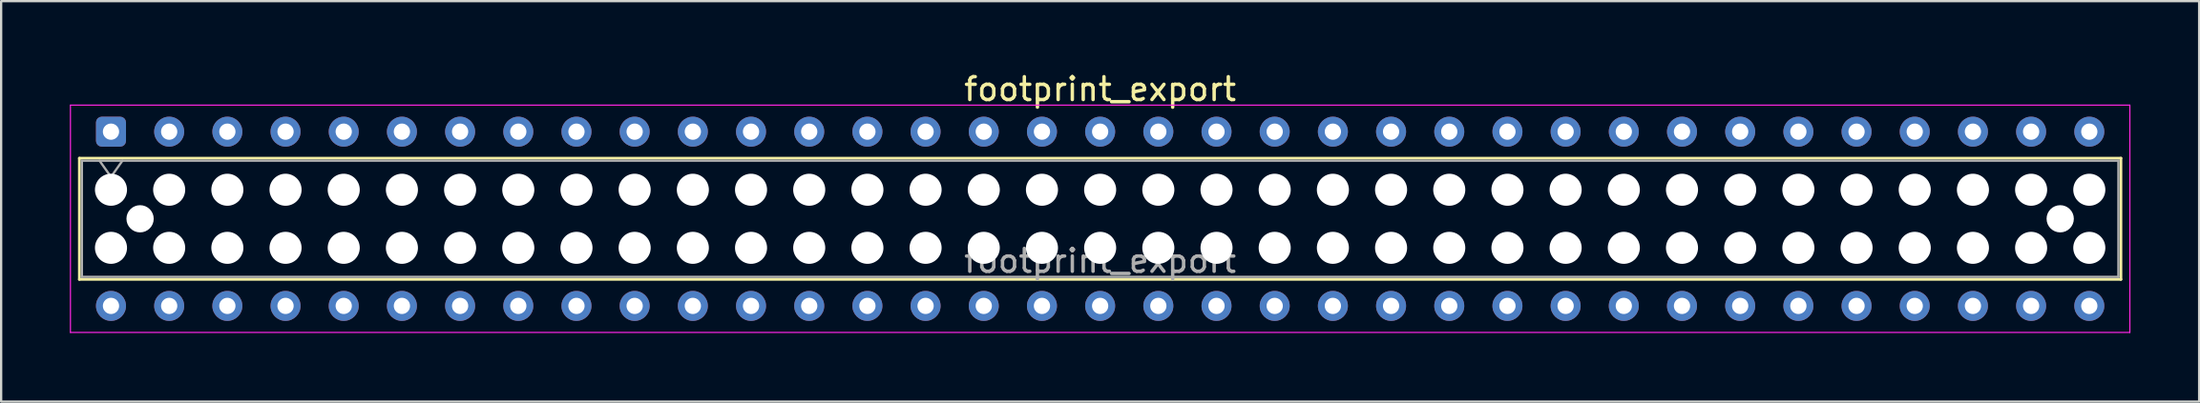
<source format=kicad_pcb>
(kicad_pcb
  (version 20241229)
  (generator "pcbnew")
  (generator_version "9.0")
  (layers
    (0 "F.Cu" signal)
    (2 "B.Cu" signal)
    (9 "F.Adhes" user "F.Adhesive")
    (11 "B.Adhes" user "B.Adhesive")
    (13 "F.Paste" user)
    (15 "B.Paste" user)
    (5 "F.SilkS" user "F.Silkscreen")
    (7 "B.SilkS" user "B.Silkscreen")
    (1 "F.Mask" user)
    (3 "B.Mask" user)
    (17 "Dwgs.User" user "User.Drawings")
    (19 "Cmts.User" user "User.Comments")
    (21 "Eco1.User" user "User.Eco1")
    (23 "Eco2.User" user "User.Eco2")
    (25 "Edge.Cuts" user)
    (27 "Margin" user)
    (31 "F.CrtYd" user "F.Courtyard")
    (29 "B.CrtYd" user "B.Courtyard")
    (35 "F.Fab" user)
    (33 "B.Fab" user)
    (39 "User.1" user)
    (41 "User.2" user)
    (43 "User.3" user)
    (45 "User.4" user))
  (footprint "footprint_export"
    (layer "F.Cu")
    (at 1.795 2.708)
    (property "Reference" "footprint_export" (at 43.18 -1.86 0) (layer "F.SilkS") (effects (font (size 1 1) (thickness 0.15))))
    (attr through_hole)
    (fp_line (start -1.38 1.16) (end 87.74 1.16) (stroke (width 0.12) (type solid)) (layer "F.SilkS"))
    (fp_line (start -1.38 6.46) (end -1.38 1.16) (stroke (width 0.12) (type solid)) (layer "F.SilkS"))
    (fp_line (start 87.74 1.16) (end 87.74 6.46) (stroke (width 0.12) (type solid)) (layer "F.SilkS"))
    (fp_line (start 87.74 6.46) (end -1.38 6.46) (stroke (width 0.12) (type solid)) (layer "F.SilkS"))
    (fp_line (start -1.77 -1.16) (end 88.13 -1.16) (stroke (width 0.05) (type solid)) (layer "F.CrtYd"))
    (fp_line (start -1.77 8.78) (end -1.77 -1.16) (stroke (width 0.05) (type solid)) (layer "F.CrtYd"))
    (fp_line (start 88.13 -1.16) (end 88.13 8.78) (stroke (width 0.05) (type solid)) (layer "F.CrtYd"))
    (fp_line (start 88.13 8.78) (end -1.77 8.78) (stroke (width 0.05) (type solid)) (layer "F.CrtYd"))
    (fp_line (start -1.27 1.27) (end 87.63 1.27) (stroke (width 0.1) (type solid)) (layer "F.Fab"))
    (fp_line (start -1.27 6.35) (end -1.27 1.27) (stroke (width 0.1) (type solid)) (layer "F.Fab"))
    (fp_line (start -0.5 1.27) (end 0 1.977) (stroke (width 0.1) (type solid)) (layer "F.Fab"))
    (fp_line (start 0 1.977) (end 0.5 1.27) (stroke (width 0.1) (type solid)) (layer "F.Fab"))
    (fp_line (start 87.63 1.27) (end 87.63 6.35) (stroke (width 0.1) (type solid)) (layer "F.Fab"))
    (fp_line (start 87.63 6.35) (end -1.27 6.35) (stroke (width 0.1) (type solid)) (layer "F.Fab"))
    (fp_text user "${REFERENCE}" (at 43.18 5.65 0) (layer "F.Fab") (effects (font (size 1 1) (thickness 0.15))))
    (pad "" np_thru_hole circle (at 0 2.54) (size 1.4 1.4) (drill 1.4) (layers "*.Cu" "*.Mask"))
    (pad "" np_thru_hole circle (at 0 5.08) (size 1.4 1.4) (drill 1.4) (layers "*.Cu" "*.Mask"))
    (pad "" np_thru_hole circle (at 1.27 3.81) (size 1.19 1.19) (drill 1.19) (layers "*.Cu" "*.Mask"))
    (pad "" np_thru_hole circle (at 2.54 2.54) (size 1.4 1.4) (drill 1.4) (layers "*.Cu" "*.Mask"))
    (pad "" np_thru_hole circle (at 2.54 5.08) (size 1.4 1.4) (drill 1.4) (layers "*.Cu" "*.Mask"))
    (pad "" np_thru_hole circle (at 5.08 2.54) (size 1.4 1.4) (drill 1.4) (layers "*.Cu" "*.Mask"))
    (pad "" np_thru_hole circle (at 5.08 5.08) (size 1.4 1.4) (drill 1.4) (layers "*.Cu" "*.Mask"))
    (pad "" np_thru_hole circle (at 7.62 2.54) (size 1.4 1.4) (drill 1.4) (layers "*.Cu" "*.Mask"))
    (pad "" np_thru_hole circle (at 7.62 5.08) (size 1.4 1.4) (drill 1.4) (layers "*.Cu" "*.Mask"))
    (pad "" np_thru_hole circle (at 10.16 2.54) (size 1.4 1.4) (drill 1.4) (layers "*.Cu" "*.Mask"))
    (pad "" np_thru_hole circle (at 10.16 5.08) (size 1.4 1.4) (drill 1.4) (layers "*.Cu" "*.Mask"))
    (pad "" np_thru_hole circle (at 12.7 2.54) (size 1.4 1.4) (drill 1.4) (layers "*.Cu" "*.Mask"))
    (pad "" np_thru_hole circle (at 12.7 5.08) (size 1.4 1.4) (drill 1.4) (layers "*.Cu" "*.Mask"))
    (pad "" np_thru_hole circle (at 15.24 2.54) (size 1.4 1.4) (drill 1.4) (layers "*.Cu" "*.Mask"))
    (pad "" np_thru_hole circle (at 15.24 5.08) (size 1.4 1.4) (drill 1.4) (layers "*.Cu" "*.Mask"))
    (pad "" np_thru_hole circle (at 17.78 2.54) (size 1.4 1.4) (drill 1.4) (layers "*.Cu" "*.Mask"))
    (pad "" np_thru_hole circle (at 17.78 5.08) (size 1.4 1.4) (drill 1.4) (layers "*.Cu" "*.Mask"))
    (pad "" np_thru_hole circle (at 20.32 2.54) (size 1.4 1.4) (drill 1.4) (layers "*.Cu" "*.Mask"))
    (pad "" np_thru_hole circle (at 20.32 5.08) (size 1.4 1.4) (drill 1.4) (layers "*.Cu" "*.Mask"))
    (pad "" np_thru_hole circle (at 22.86 2.54) (size 1.4 1.4) (drill 1.4) (layers "*.Cu" "*.Mask"))
    (pad "" np_thru_hole circle (at 22.86 5.08) (size 1.4 1.4) (drill 1.4) (layers "*.Cu" "*.Mask"))
    (pad "" np_thru_hole circle (at 25.4 2.54) (size 1.4 1.4) (drill 1.4) (layers "*.Cu" "*.Mask"))
    (pad "" np_thru_hole circle (at 25.4 5.08) (size 1.4 1.4) (drill 1.4) (layers "*.Cu" "*.Mask"))
    (pad "" np_thru_hole circle (at 27.94 2.54) (size 1.4 1.4) (drill 1.4) (layers "*.Cu" "*.Mask"))
    (pad "" np_thru_hole circle (at 27.94 5.08) (size 1.4 1.4) (drill 1.4) (layers "*.Cu" "*.Mask"))
    (pad "" np_thru_hole circle (at 30.48 2.54) (size 1.4 1.4) (drill 1.4) (layers "*.Cu" "*.Mask"))
    (pad "" np_thru_hole circle (at 30.48 5.08) (size 1.4 1.4) (drill 1.4) (layers "*.Cu" "*.Mask"))
    (pad "" np_thru_hole circle (at 33.02 2.54) (size 1.4 1.4) (drill 1.4) (layers "*.Cu" "*.Mask"))
    (pad "" np_thru_hole circle (at 33.02 5.08) (size 1.4 1.4) (drill 1.4) (layers "*.Cu" "*.Mask"))
    (pad "" np_thru_hole circle (at 35.56 2.54) (size 1.4 1.4) (drill 1.4) (layers "*.Cu" "*.Mask"))
    (pad "" np_thru_hole circle (at 35.56 5.08) (size 1.4 1.4) (drill 1.4) (layers "*.Cu" "*.Mask"))
    (pad "" np_thru_hole circle (at 38.1 2.54) (size 1.4 1.4) (drill 1.4) (layers "*.Cu" "*.Mask"))
    (pad "" np_thru_hole circle (at 38.1 5.08) (size 1.4 1.4) (drill 1.4) (layers "*.Cu" "*.Mask"))
    (pad "" np_thru_hole circle (at 40.64 2.54) (size 1.4 1.4) (drill 1.4) (layers "*.Cu" "*.Mask"))
    (pad "" np_thru_hole circle (at 40.64 5.08) (size 1.4 1.4) (drill 1.4) (layers "*.Cu" "*.Mask"))
    (pad "" np_thru_hole circle (at 43.18 2.54) (size 1.4 1.4) (drill 1.4) (layers "*.Cu" "*.Mask"))
    (pad "" np_thru_hole circle (at 43.18 5.08) (size 1.4 1.4) (drill 1.4) (layers "*.Cu" "*.Mask"))
    (pad "" np_thru_hole circle (at 45.72 2.54) (size 1.4 1.4) (drill 1.4) (layers "*.Cu" "*.Mask"))
    (pad "" np_thru_hole circle (at 45.72 5.08) (size 1.4 1.4) (drill 1.4) (layers "*.Cu" "*.Mask"))
    (pad "" np_thru_hole circle (at 48.26 2.54) (size 1.4 1.4) (drill 1.4) (layers "*.Cu" "*.Mask"))
    (pad "" np_thru_hole circle (at 48.26 5.08) (size 1.4 1.4) (drill 1.4) (layers "*.Cu" "*.Mask"))
    (pad "" np_thru_hole circle (at 50.8 2.54) (size 1.4 1.4) (drill 1.4) (layers "*.Cu" "*.Mask"))
    (pad "" np_thru_hole circle (at 50.8 5.08) (size 1.4 1.4) (drill 1.4) (layers "*.Cu" "*.Mask"))
    (pad "" np_thru_hole circle (at 53.34 2.54) (size 1.4 1.4) (drill 1.4) (layers "*.Cu" "*.Mask"))
    (pad "" np_thru_hole circle (at 53.34 5.08) (size 1.4 1.4) (drill 1.4) (layers "*.Cu" "*.Mask"))
    (pad "" np_thru_hole circle (at 55.88 2.54) (size 1.4 1.4) (drill 1.4) (layers "*.Cu" "*.Mask"))
    (pad "" np_thru_hole circle (at 55.88 5.08) (size 1.4 1.4) (drill 1.4) (layers "*.Cu" "*.Mask"))
    (pad "" np_thru_hole circle (at 58.42 2.54) (size 1.4 1.4) (drill 1.4) (layers "*.Cu" "*.Mask"))
    (pad "" np_thru_hole circle (at 58.42 5.08) (size 1.4 1.4) (drill 1.4) (layers "*.Cu" "*.Mask"))
    (pad "" np_thru_hole circle (at 60.96 2.54) (size 1.4 1.4) (drill 1.4) (layers "*.Cu" "*.Mask"))
    (pad "" np_thru_hole circle (at 60.96 5.08) (size 1.4 1.4) (drill 1.4) (layers "*.Cu" "*.Mask"))
    (pad "" np_thru_hole circle (at 63.5 2.54) (size 1.4 1.4) (drill 1.4) (layers "*.Cu" "*.Mask"))
    (pad "" np_thru_hole circle (at 63.5 5.08) (size 1.4 1.4) (drill 1.4) (layers "*.Cu" "*.Mask"))
    (pad "" np_thru_hole circle (at 66.04 2.54) (size 1.4 1.4) (drill 1.4) (layers "*.Cu" "*.Mask"))
    (pad "" np_thru_hole circle (at 66.04 5.08) (size 1.4 1.4) (drill 1.4) (layers "*.Cu" "*.Mask"))
    (pad "" np_thru_hole circle (at 68.58 2.54) (size 1.4 1.4) (drill 1.4) (layers "*.Cu" "*.Mask"))
    (pad "" np_thru_hole circle (at 68.58 5.08) (size 1.4 1.4) (drill 1.4) (layers "*.Cu" "*.Mask"))
    (pad "" np_thru_hole circle (at 71.12 2.54) (size 1.4 1.4) (drill 1.4) (layers "*.Cu" "*.Mask"))
    (pad "" np_thru_hole circle (at 71.12 5.08) (size 1.4 1.4) (drill 1.4) (layers "*.Cu" "*.Mask"))
    (pad "" np_thru_hole circle (at 73.66 2.54) (size 1.4 1.4) (drill 1.4) (layers "*.Cu" "*.Mask"))
    (pad "" np_thru_hole circle (at 73.66 5.08) (size 1.4 1.4) (drill 1.4) (layers "*.Cu" "*.Mask"))
    (pad "" np_thru_hole circle (at 76.2 2.54) (size 1.4 1.4) (drill 1.4) (layers "*.Cu" "*.Mask"))
    (pad "" np_thru_hole circle (at 76.2 5.08) (size 1.4 1.4) (drill 1.4) (layers "*.Cu" "*.Mask"))
    (pad "" np_thru_hole circle (at 78.74 2.54) (size 1.4 1.4) (drill 1.4) (layers "*.Cu" "*.Mask"))
    (pad "" np_thru_hole circle (at 78.74 5.08) (size 1.4 1.4) (drill 1.4) (layers "*.Cu" "*.Mask"))
    (pad "" np_thru_hole circle (at 81.28 2.54) (size 1.4 1.4) (drill 1.4) (layers "*.Cu" "*.Mask"))
    (pad "" np_thru_hole circle (at 81.28 5.08) (size 1.4 1.4) (drill 1.4) (layers "*.Cu" "*.Mask"))
    (pad "" np_thru_hole circle (at 83.82 2.54) (size 1.4 1.4) (drill 1.4) (layers "*.Cu" "*.Mask"))
    (pad "" np_thru_hole circle (at 83.82 5.08) (size 1.4 1.4) (drill 1.4) (layers "*.Cu" "*.Mask"))
    (pad "" np_thru_hole circle (at 85.09 3.81) (size 1.19 1.19) (drill 1.19) (layers "*.Cu" "*.Mask"))
    (pad "" np_thru_hole circle (at 86.36 2.54) (size 1.4 1.4) (drill 1.4) (layers "*.Cu" "*.Mask"))
    (pad "" np_thru_hole circle (at 86.36 5.08) (size 1.4 1.4) (drill 1.4) (layers "*.Cu" "*.Mask"))
    (pad "1" thru_hole roundrect (at 0 0) (size 1.31 1.31) (drill 0.71) (layers "*.Cu" "*.Mask") (roundrect_rratio 0.191))
    (pad "2" thru_hole circle (at 0 7.62) (size 1.31 1.31) (drill 0.71) (layers "*.Cu" "*.Mask"))
    (pad "3" thru_hole circle (at 2.54 0) (size 1.31 1.31) (drill 0.71) (layers "*.Cu" "*.Mask"))
    (pad "4" thru_hole circle (at 2.54 7.62) (size 1.31 1.31) (drill 0.71) (layers "*.Cu" "*.Mask"))
    (pad "5" thru_hole circle (at 5.08 0) (size 1.31 1.31) (drill 0.71) (layers "*.Cu" "*.Mask"))
    (pad "6" thru_hole circle (at 5.08 7.62) (size 1.31 1.31) (drill 0.71) (layers "*.Cu" "*.Mask"))
    (pad "7" thru_hole circle (at 7.62 0) (size 1.31 1.31) (drill 0.71) (layers "*.Cu" "*.Mask"))
    (pad "8" thru_hole circle (at 7.62 7.62) (size 1.31 1.31) (drill 0.71) (layers "*.Cu" "*.Mask"))
    (pad "9" thru_hole circle (at 10.16 0) (size 1.31 1.31) (drill 0.71) (layers "*.Cu" "*.Mask"))
    (pad "10" thru_hole circle (at 10.16 7.62) (size 1.31 1.31) (drill 0.71) (layers "*.Cu" "*.Mask"))
    (pad "11" thru_hole circle (at 12.7 0) (size 1.31 1.31) (drill 0.71) (layers "*.Cu" "*.Mask"))
    (pad "12" thru_hole circle (at 12.7 7.62) (size 1.31 1.31) (drill 0.71) (layers "*.Cu" "*.Mask"))
    (pad "13" thru_hole circle (at 15.24 0) (size 1.31 1.31) (drill 0.71) (layers "*.Cu" "*.Mask"))
    (pad "14" thru_hole circle (at 15.24 7.62) (size 1.31 1.31) (drill 0.71) (layers "*.Cu" "*.Mask"))
    (pad "15" thru_hole circle (at 17.78 0) (size 1.31 1.31) (drill 0.71) (layers "*.Cu" "*.Mask"))
    (pad "16" thru_hole circle (at 17.78 7.62) (size 1.31 1.31) (drill 0.71) (layers "*.Cu" "*.Mask"))
    (pad "17" thru_hole circle (at 20.32 0) (size 1.31 1.31) (drill 0.71) (layers "*.Cu" "*.Mask"))
    (pad "18" thru_hole circle (at 20.32 7.62) (size 1.31 1.31) (drill 0.71) (layers "*.Cu" "*.Mask"))
    (pad "19" thru_hole circle (at 22.86 0) (size 1.31 1.31) (drill 0.71) (layers "*.Cu" "*.Mask"))
    (pad "20" thru_hole circle (at 22.86 7.62) (size 1.31 1.31) (drill 0.71) (layers "*.Cu" "*.Mask"))
    (pad "21" thru_hole circle (at 25.4 0) (size 1.31 1.31) (drill 0.71) (layers "*.Cu" "*.Mask"))
    (pad "22" thru_hole circle (at 25.4 7.62) (size 1.31 1.31) (drill 0.71) (layers "*.Cu" "*.Mask"))
    (pad "23" thru_hole circle (at 27.94 0) (size 1.31 1.31) (drill 0.71) (layers "*.Cu" "*.Mask"))
    (pad "24" thru_hole circle (at 27.94 7.62) (size 1.31 1.31) (drill 0.71) (layers "*.Cu" "*.Mask"))
    (pad "25" thru_hole circle (at 30.48 0) (size 1.31 1.31) (drill 0.71) (layers "*.Cu" "*.Mask"))
    (pad "26" thru_hole circle (at 30.48 7.62) (size 1.31 1.31) (drill 0.71) (layers "*.Cu" "*.Mask"))
    (pad "27" thru_hole circle (at 33.02 0) (size 1.31 1.31) (drill 0.71) (layers "*.Cu" "*.Mask"))
    (pad "28" thru_hole circle (at 33.02 7.62) (size 1.31 1.31) (drill 0.71) (layers "*.Cu" "*.Mask"))
    (pad "29" thru_hole circle (at 35.56 0) (size 1.31 1.31) (drill 0.71) (layers "*.Cu" "*.Mask"))
    (pad "30" thru_hole circle (at 35.56 7.62) (size 1.31 1.31) (drill 0.71) (layers "*.Cu" "*.Mask"))
    (pad "31" thru_hole circle (at 38.1 0) (size 1.31 1.31) (drill 0.71) (layers "*.Cu" "*.Mask"))
    (pad "32" thru_hole circle (at 38.1 7.62) (size 1.31 1.31) (drill 0.71) (layers "*.Cu" "*.Mask"))
    (pad "33" thru_hole circle (at 40.64 0) (size 1.31 1.31) (drill 0.71) (layers "*.Cu" "*.Mask"))
    (pad "34" thru_hole circle (at 40.64 7.62) (size 1.31 1.31) (drill 0.71) (layers "*.Cu" "*.Mask"))
    (pad "35" thru_hole circle (at 43.18 0) (size 1.31 1.31) (drill 0.71) (layers "*.Cu" "*.Mask"))
    (pad "36" thru_hole circle (at 43.18 7.62) (size 1.31 1.31) (drill 0.71) (layers "*.Cu" "*.Mask"))
    (pad "37" thru_hole circle (at 45.72 0) (size 1.31 1.31) (drill 0.71) (layers "*.Cu" "*.Mask"))
    (pad "38" thru_hole circle (at 45.72 7.62) (size 1.31 1.31) (drill 0.71) (layers "*.Cu" "*.Mask"))
    (pad "39" thru_hole circle (at 48.26 0) (size 1.31 1.31) (drill 0.71) (layers "*.Cu" "*.Mask"))
    (pad "40" thru_hole circle (at 48.26 7.62) (size 1.31 1.31) (drill 0.71) (layers "*.Cu" "*.Mask"))
    (pad "41" thru_hole circle (at 50.8 0) (size 1.31 1.31) (drill 0.71) (layers "*.Cu" "*.Mask"))
    (pad "42" thru_hole circle (at 50.8 7.62) (size 1.31 1.31) (drill 0.71) (layers "*.Cu" "*.Mask"))
    (pad "43" thru_hole circle (at 53.34 0) (size 1.31 1.31) (drill 0.71) (layers "*.Cu" "*.Mask"))
    (pad "44" thru_hole circle (at 53.34 7.62) (size 1.31 1.31) (drill 0.71) (layers "*.Cu" "*.Mask"))
    (pad "45" thru_hole circle (at 55.88 0) (size 1.31 1.31) (drill 0.71) (layers "*.Cu" "*.Mask"))
    (pad "46" thru_hole circle (at 55.88 7.62) (size 1.31 1.31) (drill 0.71) (layers "*.Cu" "*.Mask"))
    (pad "47" thru_hole circle (at 58.42 0) (size 1.31 1.31) (drill 0.71) (layers "*.Cu" "*.Mask"))
    (pad "48" thru_hole circle (at 58.42 7.62) (size 1.31 1.31) (drill 0.71) (layers "*.Cu" "*.Mask"))
    (pad "49" thru_hole circle (at 60.96 0) (size 1.31 1.31) (drill 0.71) (layers "*.Cu" "*.Mask"))
    (pad "50" thru_hole circle (at 60.96 7.62) (size 1.31 1.31) (drill 0.71) (layers "*.Cu" "*.Mask"))
    (pad "51" thru_hole circle (at 63.5 0) (size 1.31 1.31) (drill 0.71) (layers "*.Cu" "*.Mask"))
    (pad "52" thru_hole circle (at 63.5 7.62) (size 1.31 1.31) (drill 0.71) (layers "*.Cu" "*.Mask"))
    (pad "53" thru_hole circle (at 66.04 0) (size 1.31 1.31) (drill 0.71) (layers "*.Cu" "*.Mask"))
    (pad "54" thru_hole circle (at 66.04 7.62) (size 1.31 1.31) (drill 0.71) (layers "*.Cu" "*.Mask"))
    (pad "55" thru_hole circle (at 68.58 0) (size 1.31 1.31) (drill 0.71) (layers "*.Cu" "*.Mask"))
    (pad "56" thru_hole circle (at 68.58 7.62) (size 1.31 1.31) (drill 0.71) (layers "*.Cu" "*.Mask"))
    (pad "57" thru_hole circle (at 71.12 0) (size 1.31 1.31) (drill 0.71) (layers "*.Cu" "*.Mask"))
    (pad "58" thru_hole circle (at 71.12 7.62) (size 1.31 1.31) (drill 0.71) (layers "*.Cu" "*.Mask"))
    (pad "59" thru_hole circle (at 73.66 0) (size 1.31 1.31) (drill 0.71) (layers "*.Cu" "*.Mask"))
    (pad "60" thru_hole circle (at 73.66 7.62) (size 1.31 1.31) (drill 0.71) (layers "*.Cu" "*.Mask"))
    (pad "61" thru_hole circle (at 76.2 0) (size 1.31 1.31) (drill 0.71) (layers "*.Cu" "*.Mask"))
    (pad "62" thru_hole circle (at 76.2 7.62) (size 1.31 1.31) (drill 0.71) (layers "*.Cu" "*.Mask"))
    (pad "63" thru_hole circle (at 78.74 0) (size 1.31 1.31) (drill 0.71) (layers "*.Cu" "*.Mask"))
    (pad "64" thru_hole circle (at 78.74 7.62) (size 1.31 1.31) (drill 0.71) (layers "*.Cu" "*.Mask"))
    (pad "65" thru_hole circle (at 81.28 0) (size 1.31 1.31) (drill 0.71) (layers "*.Cu" "*.Mask"))
    (pad "66" thru_hole circle (at 81.28 7.62) (size 1.31 1.31) (drill 0.71) (layers "*.Cu" "*.Mask"))
    (pad "67" thru_hole circle (at 83.82 0) (size 1.31 1.31) (drill 0.71) (layers "*.Cu" "*.Mask"))
    (pad "68" thru_hole circle (at 83.82 7.62) (size 1.31 1.31) (drill 0.71) (layers "*.Cu" "*.Mask"))
    (pad "69" thru_hole circle (at 86.36 0) (size 1.31 1.31) (drill 0.71) (layers "*.Cu" "*.Mask"))
    (pad "70" thru_hole circle (at 86.36 7.62) (size 1.31 1.31) (drill 0.71) (layers "*.Cu" "*.Mask")))
  (gr_rect
    (start -3 -3)
    (end 92.95 14.513)
    (stroke (width 0.1) (type default))
    (fill no)
    (layer "Edge.Cuts")))
</source>
